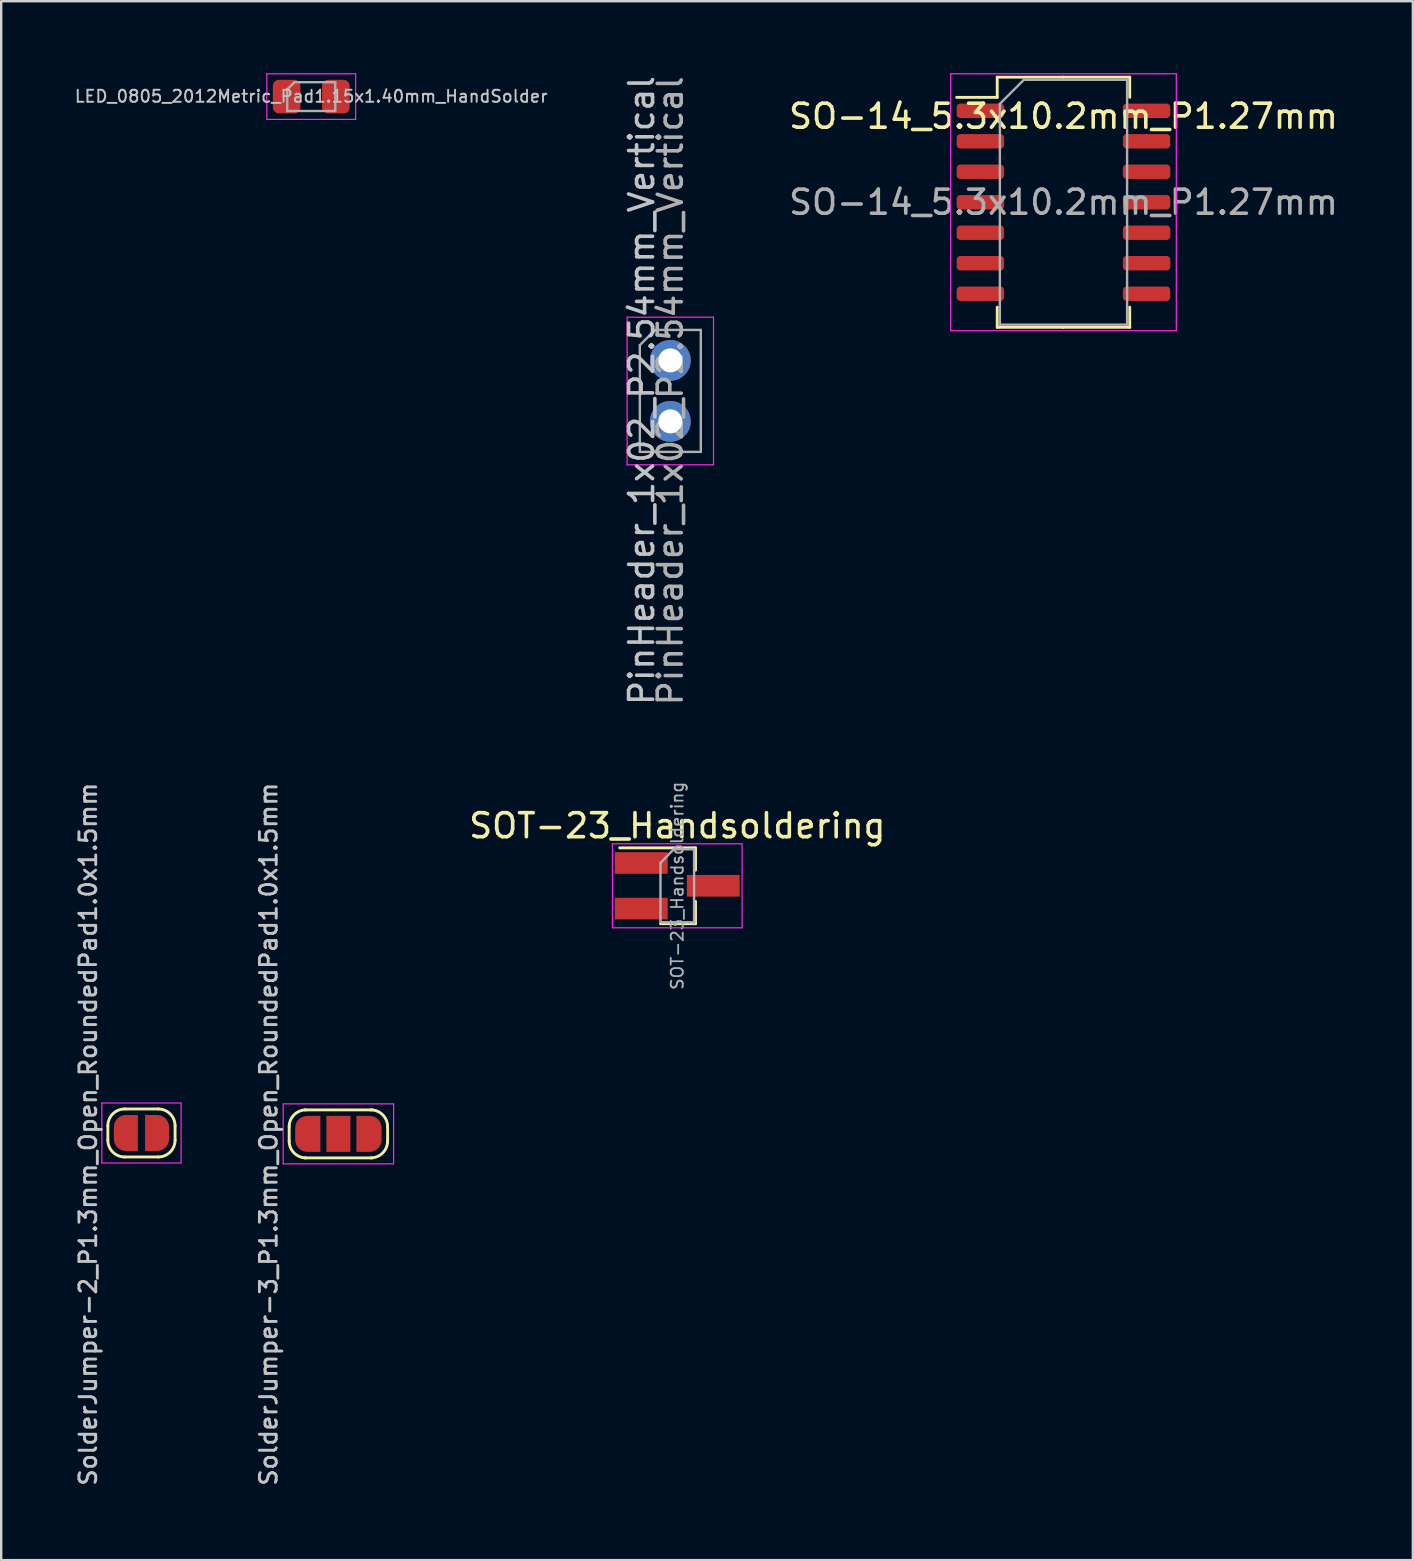
<source format=kicad_pcb>
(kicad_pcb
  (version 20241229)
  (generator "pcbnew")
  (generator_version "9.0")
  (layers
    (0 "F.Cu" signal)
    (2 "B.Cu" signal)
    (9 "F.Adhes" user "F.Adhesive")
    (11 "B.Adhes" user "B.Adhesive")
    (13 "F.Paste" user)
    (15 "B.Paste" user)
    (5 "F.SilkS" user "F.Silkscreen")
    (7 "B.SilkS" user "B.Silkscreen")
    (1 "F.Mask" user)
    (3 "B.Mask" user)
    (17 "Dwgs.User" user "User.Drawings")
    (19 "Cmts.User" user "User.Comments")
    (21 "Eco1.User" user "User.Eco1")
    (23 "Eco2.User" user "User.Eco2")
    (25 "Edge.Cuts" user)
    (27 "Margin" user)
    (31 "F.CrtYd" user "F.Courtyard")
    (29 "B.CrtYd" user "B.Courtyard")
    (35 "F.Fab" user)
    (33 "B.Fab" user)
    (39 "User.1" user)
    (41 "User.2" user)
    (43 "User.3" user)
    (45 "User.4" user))
  (footprint "SOT-23_Handsoldering"
    (layer "F.Cu")
    (at 25.163 33.849)
    (property "Reference" "SOT-23_Handsoldering" (at 0 -2.5 0) (layer "F.SilkS") (effects (font (size 1 1) (thickness 0.15))))
    (attr smd)
    (fp_line (start 0.76 -1.58) (end -2.4 -1.58) (stroke (width 0.12) (type solid)) (layer "F.SilkS"))
    (fp_line (start 0.76 -1.58) (end 0.76 -0.65) (stroke (width 0.12) (type solid)) (layer "F.SilkS"))
    (fp_line (start 0.76 1.58) (end -0.7 1.58) (stroke (width 0.12) (type solid)) (layer "F.SilkS"))
    (fp_line (start 0.76 1.58) (end 0.76 0.65) (stroke (width 0.12) (type solid)) (layer "F.SilkS"))
    (fp_line (start -2.7 -1.75) (end 2.7 -1.75) (stroke (width 0.05) (type solid)) (layer "F.CrtYd"))
    (fp_line (start -2.7 1.75) (end -2.7 -1.75) (stroke (width 0.05) (type solid)) (layer "F.CrtYd"))
    (fp_line (start 2.7 -1.75) (end 2.7 1.75) (stroke (width 0.05) (type solid)) (layer "F.CrtYd"))
    (fp_line (start 2.7 1.75) (end -2.7 1.75) (stroke (width 0.05) (type solid)) (layer "F.CrtYd"))
    (fp_line (start -0.7 -0.95) (end -0.7 1.5) (stroke (width 0.1) (type solid)) (layer "F.Fab"))
    (fp_line (start -0.7 -0.95) (end -0.15 -1.52) (stroke (width 0.1) (type solid)) (layer "F.Fab"))
    (fp_line (start -0.7 1.52) (end 0.7 1.52) (stroke (width 0.1) (type solid)) (layer "F.Fab"))
    (fp_line (start -0.15 -1.52) (end 0.7 -1.52) (stroke (width 0.1) (type solid)) (layer "F.Fab"))
    (fp_line (start 0.7 -1.52) (end 0.7 1.52) (stroke (width 0.1) (type solid)) (layer "F.Fab"))
    (fp_text user "${REFERENCE}" (at 0 0 90) (layer "F.Fab") (effects (font (size 0.5 0.5) (thickness 0.075))))
    (pad "1" smd rect (at -1.5 -0.95) (size 2.2 0.9) (layers "F.Cu" "F.Mask" "F.Paste"))
    (pad "2" smd rect (at -1.5 0.95) (size 2.2 0.9) (layers "F.Cu" "F.Mask" "F.Paste"))
    (pad "3" smd rect (at 1.5 0) (size 2.2 0.9) (layers "F.Cu" "F.Mask" "F.Paste")))
  (footprint "SolderJumper-3_P1.3mm_Open_RoundedPad1.0x1.5mm"
    (layer "F.Cu")
    (at 11.046 44.184)
    (property "Reference" "SolderJumper-3_P1.3mm_Open_RoundedPad1.0x1.5mm" (at -2.908 0.013 90) (layer "Dwgs.User") (effects (font (size 0.7 0.7) (thickness 0.12))))
    (attr exclude_from_pos_files exclude_from_bom)
    (fp_line (start -2.05 0.3) (end -2.05 -0.3) (stroke (width 0.12) (type solid)) (layer "F.SilkS"))
    (fp_line (start -1.4 -1) (end 1.4 -1) (stroke (width 0.12) (type solid)) (layer "F.SilkS"))
    (fp_line (start 1.4 1) (end -1.4 1) (stroke (width 0.12) (type solid)) (layer "F.SilkS"))
    (fp_line (start 2.05 -0.3) (end 2.05 0.3) (stroke (width 0.12) (type solid)) (layer "F.SilkS"))
    (fp_arc (start -2.05 -0.3) (mid -1.844975 -0.794975) (end -1.35 -1) (stroke (width 0.12) (type solid)) (layer "F.SilkS"))
    (fp_arc (start -1.35 1) (mid -1.844975 0.794975) (end -2.05 0.3) (stroke (width 0.12) (type solid)) (layer "F.SilkS"))
    (fp_arc (start 1.35 -1) (mid 1.844975 -0.794975) (end 2.05 -0.3) (stroke (width 0.12) (type solid)) (layer "F.SilkS"))
    (fp_arc (start 2.05 0.3) (mid 1.844975 0.794975) (end 1.35 1) (stroke (width 0.12) (type solid)) (layer "F.SilkS"))
    (fp_line (start -2.3 -1.25) (end -2.3 1.25) (stroke (width 0.05) (type solid)) (layer "F.CrtYd"))
    (fp_line (start -2.3 -1.25) (end 2.3 -1.25) (stroke (width 0.05) (type solid)) (layer "F.CrtYd"))
    (fp_line (start 2.3 1.25) (end -2.3 1.25) (stroke (width 0.05) (type solid)) (layer "F.CrtYd"))
    (fp_line (start 2.3 1.25) (end 2.3 -1.25) (stroke (width 0.05) (type solid)) (layer "F.CrtYd"))
    (pad "1" smd custom (at -1.3 0) (size 1 0.5) (layers "F.Cu" "F.Mask") (options (anchor rect)) (primitives (gr_circle (center 0 0.25) (end 0.5 0.25) (width 0) (fill yes)) (gr_circle (center 0 -0.25) (end 0.5 -0.25) (width 0) (fill yes)) (gr_poly (pts (xy 0.55 -0.75) (xy 0 -0.75) (xy 0 0.75) (xy 0.55 0.75)) (width 0) (fill yes))))
    (pad "2" smd rect (at 0 0) (size 1 1.5) (layers "F.Cu" "F.Mask"))
    (pad "3" smd custom (at 1.3 0) (size 1 0.5) (layers "F.Cu" "F.Mask") (options (anchor rect)) (primitives (gr_circle (center 0 0.25) (end 0.5 0.25) (width 0) (fill yes)) (gr_circle (center 0 -0.25) (end 0.5 -0.25) (width 0) (fill yes)) (gr_poly (pts (xy -0.55 -0.75) (xy 0 -0.75) (xy 0 0.75) (xy -0.55 0.75)) (width 0) (fill yes)))))
  (footprint "SO-14_5.3x10.2mm_P1.27mm"
    (layer "F.Cu")
    (at 41.251 5.375)
    (property "Reference" "SO-14_5.3x10.2mm_P1.27mm" (at 0 -3.581 0) (layer "F.SilkS") (effects (font (size 1 1) (thickness 0.15))))
    (attr smd)
    (fp_line (start -2.76 -5.21) (end -2.76 -4.37) (stroke (width 0.12) (type solid)) (layer "F.SilkS"))
    (fp_line (start -2.76 -4.37) (end -4.45 -4.37) (stroke (width 0.12) (type solid)) (layer "F.SilkS"))
    (fp_line (start -2.76 5.21) (end -2.76 4.37) (stroke (width 0.12) (type solid)) (layer "F.SilkS"))
    (fp_line (start 0 -5.21) (end -2.76 -5.21) (stroke (width 0.12) (type solid)) (layer "F.SilkS"))
    (fp_line (start 0 -5.21) (end 2.76 -5.21) (stroke (width 0.12) (type solid)) (layer "F.SilkS"))
    (fp_line (start 0 5.21) (end -2.76 5.21) (stroke (width 0.12) (type solid)) (layer "F.SilkS"))
    (fp_line (start 0 5.21) (end 2.76 5.21) (stroke (width 0.12) (type solid)) (layer "F.SilkS"))
    (fp_line (start 2.76 -5.21) (end 2.76 -4.37) (stroke (width 0.12) (type solid)) (layer "F.SilkS"))
    (fp_line (start 2.76 5.21) (end 2.76 4.37) (stroke (width 0.12) (type solid)) (layer "F.SilkS"))
    (fp_line (start -4.7 -5.35) (end -4.7 5.35) (stroke (width 0.05) (type solid)) (layer "F.CrtYd"))
    (fp_line (start -4.7 5.35) (end 4.7 5.35) (stroke (width 0.05) (type solid)) (layer "F.CrtYd"))
    (fp_line (start 4.7 -5.35) (end -4.7 -5.35) (stroke (width 0.05) (type solid)) (layer "F.CrtYd"))
    (fp_line (start 4.7 5.35) (end 4.7 -5.35) (stroke (width 0.05) (type solid)) (layer "F.CrtYd"))
    (fp_line (start -2.65 -4.1) (end -1.65 -5.1) (stroke (width 0.1) (type solid)) (layer "F.Fab"))
    (fp_line (start -2.65 5.1) (end -2.65 -4.1) (stroke (width 0.1) (type solid)) (layer "F.Fab"))
    (fp_line (start -1.65 -5.1) (end 2.65 -5.1) (stroke (width 0.1) (type solid)) (layer "F.Fab"))
    (fp_line (start 2.65 -5.1) (end 2.65 5.1) (stroke (width 0.1) (type solid)) (layer "F.Fab"))
    (fp_line (start 2.65 5.1) (end -2.65 5.1) (stroke (width 0.1) (type solid)) (layer "F.Fab"))
    (fp_text user "${REFERENCE}" (at 0 0 0) (layer "F.Fab") (effects (font (size 1 1) (thickness 0.15))))
    (pad "1" smd roundrect (at -3.462 -3.81) (size 1.975 0.6) (layers "F.Cu" "F.Mask" "F.Paste") (roundrect_rratio 0.25))
    (pad "2" smd roundrect (at -3.462 -2.54) (size 1.975 0.6) (layers "F.Cu" "F.Mask" "F.Paste") (roundrect_rratio 0.25))
    (pad "3" smd roundrect (at -3.462 -1.27) (size 1.975 0.6) (layers "F.Cu" "F.Mask" "F.Paste") (roundrect_rratio 0.25))
    (pad "4" smd roundrect (at -3.462 0) (size 1.975 0.6) (layers "F.Cu" "F.Mask" "F.Paste") (roundrect_rratio 0.25))
    (pad "5" smd roundrect (at -3.462 1.27) (size 1.975 0.6) (layers "F.Cu" "F.Mask" "F.Paste") (roundrect_rratio 0.25))
    (pad "6" smd roundrect (at -3.462 2.54) (size 1.975 0.6) (layers "F.Cu" "F.Mask" "F.Paste") (roundrect_rratio 0.25))
    (pad "7" smd roundrect (at -3.462 3.81) (size 1.975 0.6) (layers "F.Cu" "F.Mask" "F.Paste") (roundrect_rratio 0.25))
    (pad "8" smd roundrect (at 3.462 3.81) (size 1.975 0.6) (layers "F.Cu" "F.Mask" "F.Paste") (roundrect_rratio 0.25))
    (pad "9" smd roundrect (at 3.462 2.54) (size 1.975 0.6) (layers "F.Cu" "F.Mask" "F.Paste") (roundrect_rratio 0.25))
    (pad "10" smd roundrect (at 3.462 1.27) (size 1.975 0.6) (layers "F.Cu" "F.Mask" "F.Paste") (roundrect_rratio 0.25))
    (pad "11" smd roundrect (at 3.462 0) (size 1.975 0.6) (layers "F.Cu" "F.Mask" "F.Paste") (roundrect_rratio 0.25))
    (pad "12" smd roundrect (at 3.462 -1.27) (size 1.975 0.6) (layers "F.Cu" "F.Mask" "F.Paste") (roundrect_rratio 0.25))
    (pad "13" smd roundrect (at 3.462 -2.54) (size 1.975 0.6) (layers "F.Cu" "F.Mask" "F.Paste") (roundrect_rratio 0.25))
    (pad "14" smd roundrect (at 3.462 -3.81) (size 1.975 0.6) (layers "F.Cu" "F.Mask" "F.Paste") (roundrect_rratio 0.25)))
  (footprint "LED_0805_2012Metric_Pad1.15x1.40mm_HandSolder"
    (layer "F.Cu")
    (at 9.915 0.975)
    (property "Reference" "LED_0805_2012Metric_Pad1.15x1.40mm_HandSolder" (at 0 -0.013 180) (layer "Dwgs.User") (effects (font (size 0.5 0.5) (thickness 0.08))))
    (attr smd)
    (fp_line (start -1.85 -0.95) (end 1.85 -0.95) (stroke (width 0.05) (type solid)) (layer "F.CrtYd"))
    (fp_line (start -1.85 0.95) (end -1.85 -0.95) (stroke (width 0.05) (type solid)) (layer "F.CrtYd"))
    (fp_line (start 1.85 -0.95) (end 1.85 0.95) (stroke (width 0.05) (type solid)) (layer "F.CrtYd"))
    (fp_line (start 1.85 0.95) (end -1.85 0.95) (stroke (width 0.05) (type solid)) (layer "F.CrtYd"))
    (fp_line (start -1 -0.3) (end -1 0.6) (stroke (width 0.1) (type solid)) (layer "F.Fab"))
    (fp_line (start -1 0.6) (end 1 0.6) (stroke (width 0.1) (type solid)) (layer "F.Fab"))
    (fp_line (start -0.7 -0.6) (end -1 -0.3) (stroke (width 0.1) (type solid)) (layer "F.Fab"))
    (fp_line (start 1 -0.6) (end -0.7 -0.6) (stroke (width 0.1) (type solid)) (layer "F.Fab"))
    (fp_line (start 1 0.6) (end 1 -0.6) (stroke (width 0.1) (type solid)) (layer "F.Fab"))
    (pad "1" smd roundrect (at -1.025 0) (size 1.15 1.4) (layers "F.Cu" "F.Mask" "F.Paste") (roundrect_rratio 0.217))
    (pad "2" smd roundrect (at 1.025 0) (size 1.15 1.4) (layers "F.Cu" "F.Mask" "F.Paste") (roundrect_rratio 0.217)))
  (footprint "SolderJumper-2_P1.3mm_Open_RoundedPad1.0x1.5mm"
    (layer "F.Cu")
    (at 2.843 44.146)
    (property "Reference" "SolderJumper-2_P1.3mm_Open_RoundedPad1.0x1.5mm" (at -2.223 0.051 90) (layer "Dwgs.User") (effects (font (size 0.7 0.7) (thickness 0.12))))
    (attr exclude_from_pos_files exclude_from_bom)
    (fp_line (start -1.4 0.3) (end -1.4 -0.3) (stroke (width 0.12) (type solid)) (layer "F.SilkS"))
    (fp_line (start -0.7 -1) (end 0.7 -1) (stroke (width 0.12) (type solid)) (layer "F.SilkS"))
    (fp_line (start 0.7 1) (end -0.7 1) (stroke (width 0.12) (type solid)) (layer "F.SilkS"))
    (fp_line (start 1.4 -0.3) (end 1.4 0.3) (stroke (width 0.12) (type solid)) (layer "F.SilkS"))
    (fp_arc (start -1.4 -0.3) (mid -1.194975 -0.794975) (end -0.7 -1) (stroke (width 0.12) (type solid)) (layer "F.SilkS"))
    (fp_arc (start -0.7 1) (mid -1.194975 0.794975) (end -1.4 0.3) (stroke (width 0.12) (type solid)) (layer "F.SilkS"))
    (fp_arc (start 0.7 -1) (mid 1.194975 -0.794975) (end 1.4 -0.3) (stroke (width 0.12) (type solid)) (layer "F.SilkS"))
    (fp_arc (start 1.4 0.3) (mid 1.194975 0.794975) (end 0.7 1) (stroke (width 0.12) (type solid)) (layer "F.SilkS"))
    (fp_line (start -1.65 -1.25) (end -1.65 1.25) (stroke (width 0.05) (type solid)) (layer "F.CrtYd"))
    (fp_line (start -1.65 -1.25) (end 1.65 -1.25) (stroke (width 0.05) (type solid)) (layer "F.CrtYd"))
    (fp_line (start 1.65 1.25) (end -1.65 1.25) (stroke (width 0.05) (type solid)) (layer "F.CrtYd"))
    (fp_line (start 1.65 1.25) (end 1.65 -1.25) (stroke (width 0.05) (type solid)) (layer "F.CrtYd"))
    (pad "1" smd custom (at -0.65 0) (size 1 0.5) (layers "F.Cu" "F.Mask") (options (anchor rect)) (primitives (gr_circle (center 0 0.25) (end 0.5 0.25) (width 0) (fill yes)) (gr_circle (center 0 -0.25) (end 0.5 -0.25) (width 0) (fill yes)) (gr_poly (pts (xy 0 -0.75) (xy 0.5 -0.75) (xy 0.5 0.75) (xy 0 0.75)) (width 0) (fill yes))))
    (pad "2" smd custom (at 0.65 0) (size 1 0.5) (layers "F.Cu" "F.Mask") (options (anchor rect)) (primitives (gr_circle (center 0 0.25) (end 0.5 0.25) (width 0) (fill yes)) (gr_circle (center 0 -0.25) (end 0.5 -0.25) (width 0) (fill yes)) (gr_poly (pts (xy 0 -0.75) (xy -0.5 -0.75) (xy -0.5 0.75) (xy 0 0.75)) (width 0) (fill yes)))))
  (footprint "PinHeader_1x02_P2.54mm_Vertical"
    (layer "F.Cu")
    (at 24.873 11.963)
    (property "Reference" "PinHeader_1x02_P2.54mm_Vertical" (at -1.194 1.257 270) (layer "Dwgs.User") (effects (font (size 1 1) (thickness 0.15))))
    (attr through_hole)
    (fp_line (start -1.8 -1.8) (end -1.8 4.35) (stroke (width 0.05) (type solid)) (layer "F.CrtYd"))
    (fp_line (start -1.8 4.35) (end 1.8 4.35) (stroke (width 0.05) (type solid)) (layer "F.CrtYd"))
    (fp_line (start 1.8 -1.8) (end -1.8 -1.8) (stroke (width 0.05) (type solid)) (layer "F.CrtYd"))
    (fp_line (start 1.8 4.35) (end 1.8 -1.8) (stroke (width 0.05) (type solid)) (layer "F.CrtYd"))
    (fp_line (start -1.27 -0.635) (end -0.635 -1.27) (stroke (width 0.1) (type solid)) (layer "F.Fab"))
    (fp_line (start -1.27 3.81) (end -1.27 -0.635) (stroke (width 0.1) (type solid)) (layer "F.Fab"))
    (fp_line (start -0.635 -1.27) (end 1.27 -1.27) (stroke (width 0.1) (type solid)) (layer "F.Fab"))
    (fp_line (start 1.27 -1.27) (end 1.27 3.81) (stroke (width 0.1) (type solid)) (layer "F.Fab"))
    (fp_line (start 1.27 3.81) (end -1.27 3.81) (stroke (width 0.1) (type solid)) (layer "F.Fab"))
    (fp_text user "${REFERENCE}" (at 0 1.27 90) (layer "F.Fab") (effects (font (size 1 1) (thickness 0.15))))
    (pad "1" thru_hole oval (at 0 0) (size 1.7 1.7) (drill 1) (layers "*.Cu" "*.Mask"))
    (pad "2" thru_hole oval (at 0 2.54) (size 1.7 1.7) (drill 1) (layers "*.Cu" "*.Mask")))
  (gr_rect
    (start -3 -3)
    (end 55.805 61.94)
    (stroke (width 0.1) (type default))
    (fill no)
    (layer "Edge.Cuts")))
</source>
